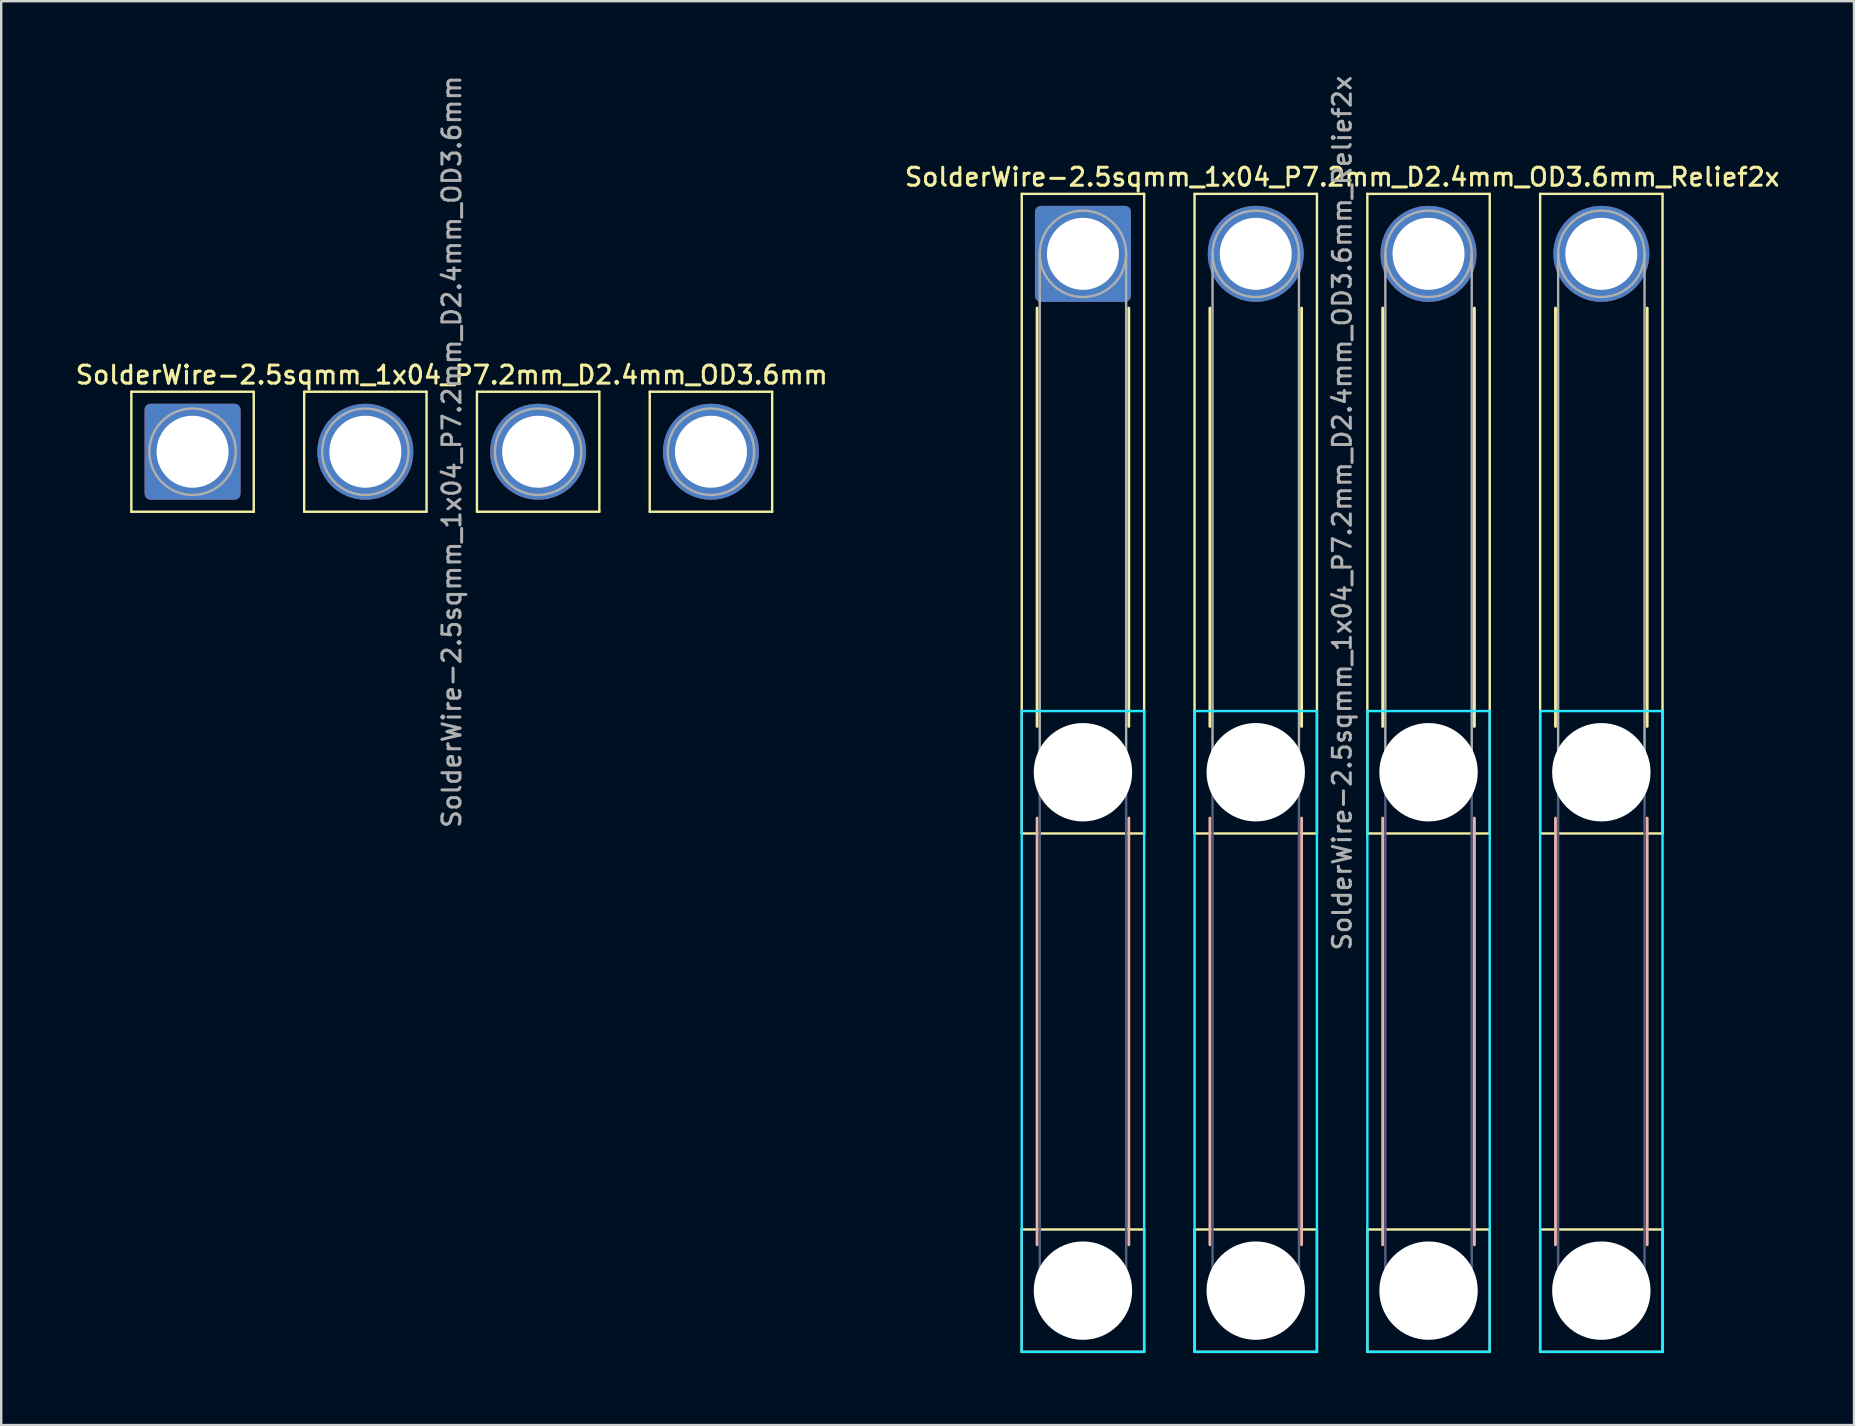
<source format=kicad_pcb>
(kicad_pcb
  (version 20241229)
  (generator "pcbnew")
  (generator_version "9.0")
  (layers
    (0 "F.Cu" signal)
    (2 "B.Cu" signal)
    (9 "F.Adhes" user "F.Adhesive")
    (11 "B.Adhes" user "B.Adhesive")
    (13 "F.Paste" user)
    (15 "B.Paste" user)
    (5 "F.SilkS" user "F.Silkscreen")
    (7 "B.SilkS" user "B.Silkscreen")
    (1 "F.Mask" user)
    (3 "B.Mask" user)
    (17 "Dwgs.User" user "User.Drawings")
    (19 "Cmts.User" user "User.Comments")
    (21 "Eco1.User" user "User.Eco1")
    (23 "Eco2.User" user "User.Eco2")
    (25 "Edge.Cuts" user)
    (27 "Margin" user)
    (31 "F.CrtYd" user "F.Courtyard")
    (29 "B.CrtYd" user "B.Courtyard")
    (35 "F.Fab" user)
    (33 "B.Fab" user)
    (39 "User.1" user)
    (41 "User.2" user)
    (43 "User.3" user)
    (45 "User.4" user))
  (footprint "SolderWire-2.5sqmm_1x04_P7.2mm_D2.4mm_OD3.6mm"
    (layer "F.Cu")
    (at 4.973 15.773)
    (property "Reference" "SolderWire-2.5sqmm_1x04_P7.2mm_D2.4mm_OD3.6mm" (at 10.8 -3.2 0) (layer "F.SilkS") (effects (font (size 0.75 0.75) (thickness 0.125))))
    (attr exclude_from_pos_files exclude_from_bom)
    (fp_line (start -2.55 -2.5) (end -2.55 2.5) (stroke (width 0.1) (type solid)) (layer "F.SilkS"))
    (fp_line (start -2.55 2.5) (end 2.55 2.5) (stroke (width 0.1) (type solid)) (layer "F.SilkS"))
    (fp_line (start 2.55 -2.5) (end -2.55 -2.5) (stroke (width 0.1) (type solid)) (layer "F.SilkS"))
    (fp_line (start 2.55 2.5) (end 2.55 -2.5) (stroke (width 0.1) (type solid)) (layer "F.SilkS"))
    (fp_line (start 4.65 -2.5) (end 4.65 2.5) (stroke (width 0.1) (type solid)) (layer "F.SilkS"))
    (fp_line (start 4.65 2.5) (end 9.75 2.5) (stroke (width 0.1) (type solid)) (layer "F.SilkS"))
    (fp_line (start 9.75 -2.5) (end 4.65 -2.5) (stroke (width 0.1) (type solid)) (layer "F.SilkS"))
    (fp_line (start 9.75 2.5) (end 9.75 -2.5) (stroke (width 0.1) (type solid)) (layer "F.SilkS"))
    (fp_line (start 11.85 -2.5) (end 11.85 2.5) (stroke (width 0.1) (type solid)) (layer "F.SilkS"))
    (fp_line (start 11.85 2.5) (end 16.95 2.5) (stroke (width 0.1) (type solid)) (layer "F.SilkS"))
    (fp_line (start 16.95 -2.5) (end 11.85 -2.5) (stroke (width 0.1) (type solid)) (layer "F.SilkS"))
    (fp_line (start 16.95 2.5) (end 16.95 -2.5) (stroke (width 0.1) (type solid)) (layer "F.SilkS"))
    (fp_line (start 19.05 -2.5) (end 19.05 2.5) (stroke (width 0.1) (type solid)) (layer "F.SilkS"))
    (fp_line (start 19.05 2.5) (end 24.15 2.5) (stroke (width 0.1) (type solid)) (layer "F.SilkS"))
    (fp_line (start 24.15 -2.5) (end 19.05 -2.5) (stroke (width 0.1) (type solid)) (layer "F.SilkS"))
    (fp_line (start 24.15 2.5) (end 24.15 -2.5) (stroke (width 0.1) (type solid)) (layer "F.SilkS"))
    (fp_circle (center 0 0) (end 1.8 0) (stroke (width 0.1) (type solid)) (fill no) (layer "F.Fab"))
    (fp_circle (center 7.2 0) (end 9 0) (stroke (width 0.1) (type solid)) (fill no) (layer "F.Fab"))
    (fp_circle (center 14.4 0) (end 16.2 0) (stroke (width 0.1) (type solid)) (fill no) (layer "F.Fab"))
    (fp_circle (center 21.6 0) (end 23.4 0) (stroke (width 0.1) (type solid)) (fill no) (layer "F.Fab"))
    (fp_text user "${REFERENCE}" (at 10.8 0 90) (layer "F.Fab") (effects (font (size 0.75 0.75) (thickness 0.125))))
    (pad "1" thru_hole roundrect (at 0 0) (size 4 4) (drill 3) (layers "*.Cu" "*.Mask") (roundrect_rratio 0.062))
    (pad "2" thru_hole circle (at 7.2 0) (size 4 4) (drill 3) (layers "*.Cu" "*.Mask"))
    (pad "3" thru_hole circle (at 14.4 0) (size 4 4) (drill 3) (layers "*.Cu" "*.Mask"))
    (pad "4" thru_hole circle (at 21.6 0) (size 4 4) (drill 3) (layers "*.Cu" "*.Mask")))
  (footprint "SolderWire-2.5sqmm_1x04_P7.2mm_D2.4mm_OD3.6mm_Relief2x"
    (layer "F.Cu")
    (at 42.073 7.527)
    (property "Reference" "SolderWire-2.5sqmm_1x04_P7.2mm_D2.4mm_OD3.6mm_Relief2x" (at 10.8 -3.2 0) (layer "F.SilkS") (effects (font (size 0.75 0.75) (thickness 0.125))))
    (attr exclude_from_pos_files exclude_from_bom)
    (fp_line (start -2.55 -2.5) (end -2.55 24.15) (stroke (width 0.1) (type solid)) (layer "F.SilkS"))
    (fp_line (start -2.55 24.15) (end 2.55 24.15) (stroke (width 0.1) (type solid)) (layer "F.SilkS"))
    (fp_line (start -2.55 40.65) (end -2.55 45.75) (stroke (width 0.1) (type solid)) (layer "F.SilkS"))
    (fp_line (start -2.55 45.75) (end 2.55 45.75) (stroke (width 0.1) (type solid)) (layer "F.SilkS"))
    (fp_line (start -1.91 2.26) (end -1.91 19.69) (stroke (width 0.12) (type solid)) (layer "F.SilkS"))
    (fp_line (start 1.91 2.26) (end 1.91 19.69) (stroke (width 0.12) (type solid)) (layer "F.SilkS"))
    (fp_line (start 2.55 -2.5) (end -2.55 -2.5) (stroke (width 0.1) (type solid)) (layer "F.SilkS"))
    (fp_line (start 2.55 24.15) (end 2.55 -2.5) (stroke (width 0.1) (type solid)) (layer "F.SilkS"))
    (fp_line (start 2.55 40.65) (end -2.55 40.65) (stroke (width 0.1) (type solid)) (layer "F.SilkS"))
    (fp_line (start 2.55 45.75) (end 2.55 40.65) (stroke (width 0.1) (type solid)) (layer "F.SilkS"))
    (fp_line (start 4.65 -2.5) (end 4.65 24.15) (stroke (width 0.1) (type solid)) (layer "F.SilkS"))
    (fp_line (start 4.65 24.15) (end 9.75 24.15) (stroke (width 0.1) (type solid)) (layer "F.SilkS"))
    (fp_line (start 4.65 40.65) (end 4.65 45.75) (stroke (width 0.1) (type solid)) (layer "F.SilkS"))
    (fp_line (start 4.65 45.75) (end 9.75 45.75) (stroke (width 0.1) (type solid)) (layer "F.SilkS"))
    (fp_line (start 5.29 2.26) (end 5.29 19.69) (stroke (width 0.12) (type solid)) (layer "F.SilkS"))
    (fp_line (start 9.11 2.26) (end 9.11 19.69) (stroke (width 0.12) (type solid)) (layer "F.SilkS"))
    (fp_line (start 9.75 -2.5) (end 4.65 -2.5) (stroke (width 0.1) (type solid)) (layer "F.SilkS"))
    (fp_line (start 9.75 24.15) (end 9.75 -2.5) (stroke (width 0.1) (type solid)) (layer "F.SilkS"))
    (fp_line (start 9.75 40.65) (end 4.65 40.65) (stroke (width 0.1) (type solid)) (layer "F.SilkS"))
    (fp_line (start 9.75 45.75) (end 9.75 40.65) (stroke (width 0.1) (type solid)) (layer "F.SilkS"))
    (fp_line (start 11.85 -2.5) (end 11.85 24.15) (stroke (width 0.1) (type solid)) (layer "F.SilkS"))
    (fp_line (start 11.85 24.15) (end 16.95 24.15) (stroke (width 0.1) (type solid)) (layer "F.SilkS"))
    (fp_line (start 11.85 40.65) (end 11.85 45.75) (stroke (width 0.1) (type solid)) (layer "F.SilkS"))
    (fp_line (start 11.85 45.75) (end 16.95 45.75) (stroke (width 0.1) (type solid)) (layer "F.SilkS"))
    (fp_line (start 12.49 2.26) (end 12.49 19.69) (stroke (width 0.12) (type solid)) (layer "F.SilkS"))
    (fp_line (start 16.31 2.26) (end 16.31 19.69) (stroke (width 0.12) (type solid)) (layer "F.SilkS"))
    (fp_line (start 16.95 -2.5) (end 11.85 -2.5) (stroke (width 0.1) (type solid)) (layer "F.SilkS"))
    (fp_line (start 16.95 24.15) (end 16.95 -2.5) (stroke (width 0.1) (type solid)) (layer "F.SilkS"))
    (fp_line (start 16.95 40.65) (end 11.85 40.65) (stroke (width 0.1) (type solid)) (layer "F.SilkS"))
    (fp_line (start 16.95 45.75) (end 16.95 40.65) (stroke (width 0.1) (type solid)) (layer "F.SilkS"))
    (fp_line (start 19.05 -2.5) (end 19.05 24.15) (stroke (width 0.1) (type solid)) (layer "F.SilkS"))
    (fp_line (start 19.05 24.15) (end 24.15 24.15) (stroke (width 0.1) (type solid)) (layer "F.SilkS"))
    (fp_line (start 19.05 40.65) (end 19.05 45.75) (stroke (width 0.1) (type solid)) (layer "F.SilkS"))
    (fp_line (start 19.05 45.75) (end 24.15 45.75) (stroke (width 0.1) (type solid)) (layer "F.SilkS"))
    (fp_line (start 19.69 2.26) (end 19.69 19.69) (stroke (width 0.12) (type solid)) (layer "F.SilkS"))
    (fp_line (start 23.51 2.26) (end 23.51 19.69) (stroke (width 0.12) (type solid)) (layer "F.SilkS"))
    (fp_line (start 24.15 -2.5) (end 19.05 -2.5) (stroke (width 0.1) (type solid)) (layer "F.SilkS"))
    (fp_line (start 24.15 24.15) (end 24.15 -2.5) (stroke (width 0.1) (type solid)) (layer "F.SilkS"))
    (fp_line (start 24.15 40.65) (end 19.05 40.65) (stroke (width 0.1) (type solid)) (layer "F.SilkS"))
    (fp_line (start 24.15 45.75) (end 24.15 40.65) (stroke (width 0.1) (type solid)) (layer "F.SilkS"))
    (fp_line (start -1.91 23.51) (end -1.91 41.29) (stroke (width 0.12) (type solid)) (layer "B.SilkS"))
    (fp_line (start 1.91 23.51) (end 1.91 41.29) (stroke (width 0.12) (type solid)) (layer "B.SilkS"))
    (fp_line (start 5.29 23.51) (end 5.29 41.29) (stroke (width 0.12) (type solid)) (layer "B.SilkS"))
    (fp_line (start 9.11 23.51) (end 9.11 41.29) (stroke (width 0.12) (type solid)) (layer "B.SilkS"))
    (fp_line (start 12.49 23.51) (end 12.49 41.29) (stroke (width 0.12) (type solid)) (layer "B.SilkS"))
    (fp_line (start 16.31 23.51) (end 16.31 41.29) (stroke (width 0.12) (type solid)) (layer "B.SilkS"))
    (fp_line (start 19.69 23.51) (end 19.69 41.29) (stroke (width 0.12) (type solid)) (layer "B.SilkS"))
    (fp_line (start 23.51 23.51) (end 23.51 41.29) (stroke (width 0.12) (type solid)) (layer "B.SilkS"))
    (fp_line (start -2.55 19.05) (end -2.55 45.75) (stroke (width 0.1) (type solid)) (layer "B.CrtYd"))
    (fp_line (start -2.55 45.75) (end 2.55 45.75) (stroke (width 0.1) (type solid)) (layer "B.CrtYd"))
    (fp_line (start 2.55 19.05) (end -2.55 19.05) (stroke (width 0.1) (type solid)) (layer "B.CrtYd"))
    (fp_line (start 2.55 45.75) (end 2.55 19.05) (stroke (width 0.1) (type solid)) (layer "B.CrtYd"))
    (fp_line (start 4.65 19.05) (end 4.65 45.75) (stroke (width 0.1) (type solid)) (layer "B.CrtYd"))
    (fp_line (start 4.65 45.75) (end 9.75 45.75) (stroke (width 0.1) (type solid)) (layer "B.CrtYd"))
    (fp_line (start 9.75 19.05) (end 4.65 19.05) (stroke (width 0.1) (type solid)) (layer "B.CrtYd"))
    (fp_line (start 9.75 45.75) (end 9.75 19.05) (stroke (width 0.1) (type solid)) (layer "B.CrtYd"))
    (fp_line (start 11.85 19.05) (end 11.85 45.75) (stroke (width 0.1) (type solid)) (layer "B.CrtYd"))
    (fp_line (start 11.85 45.75) (end 16.95 45.75) (stroke (width 0.1) (type solid)) (layer "B.CrtYd"))
    (fp_line (start 16.95 19.05) (end 11.85 19.05) (stroke (width 0.1) (type solid)) (layer "B.CrtYd"))
    (fp_line (start 16.95 45.75) (end 16.95 19.05) (stroke (width 0.1) (type solid)) (layer "B.CrtYd"))
    (fp_line (start 19.05 19.05) (end 19.05 45.75) (stroke (width 0.1) (type solid)) (layer "B.CrtYd"))
    (fp_line (start 19.05 45.75) (end 24.15 45.75) (stroke (width 0.1) (type solid)) (layer "B.CrtYd"))
    (fp_line (start 24.15 19.05) (end 19.05 19.05) (stroke (width 0.1) (type solid)) (layer "B.CrtYd"))
    (fp_line (start 24.15 45.75) (end 24.15 19.05) (stroke (width 0.1) (type solid)) (layer "B.CrtYd"))
    (fp_line (start -1.8 21.6) (end -1.8 43.2) (stroke (width 0.1) (type solid)) (layer "B.Fab"))
    (fp_line (start 1.8 21.6) (end 1.8 43.2) (stroke (width 0.1) (type solid)) (layer "B.Fab"))
    (fp_line (start 5.4 21.6) (end 5.4 43.2) (stroke (width 0.1) (type solid)) (layer "B.Fab"))
    (fp_line (start 9 21.6) (end 9 43.2) (stroke (width 0.1) (type solid)) (layer "B.Fab"))
    (fp_line (start 12.6 21.6) (end 12.6 43.2) (stroke (width 0.1) (type solid)) (layer "B.Fab"))
    (fp_line (start 16.2 21.6) (end 16.2 43.2) (stroke (width 0.1) (type solid)) (layer "B.Fab"))
    (fp_line (start 19.8 21.6) (end 19.8 43.2) (stroke (width 0.1) (type solid)) (layer "B.Fab"))
    (fp_line (start 23.4 21.6) (end 23.4 43.2) (stroke (width 0.1) (type solid)) (layer "B.Fab"))
    (fp_circle (center 0 21.6) (end 1.8 21.6) (stroke (width 0.1) (type solid)) (fill no) (layer "B.Fab"))
    (fp_circle (center 0 43.2) (end 1.8 43.2) (stroke (width 0.1) (type solid)) (fill no) (layer "B.Fab"))
    (fp_circle (center 7.2 21.6) (end 9 21.6) (stroke (width 0.1) (type solid)) (fill no) (layer "B.Fab"))
    (fp_circle (center 7.2 43.2) (end 9 43.2) (stroke (width 0.1) (type solid)) (fill no) (layer "B.Fab"))
    (fp_circle (center 14.4 21.6) (end 16.2 21.6) (stroke (width 0.1) (type solid)) (fill no) (layer "B.Fab"))
    (fp_circle (center 14.4 43.2) (end 16.2 43.2) (stroke (width 0.1) (type solid)) (fill no) (layer "B.Fab"))
    (fp_circle (center 21.6 21.6) (end 23.4 21.6) (stroke (width 0.1) (type solid)) (fill no) (layer "B.Fab"))
    (fp_circle (center 21.6 43.2) (end 23.4 43.2) (stroke (width 0.1) (type solid)) (fill no) (layer "B.Fab"))
    (fp_line (start -1.8 0) (end -1.8 21.6) (stroke (width 0.1) (type solid)) (layer "F.Fab"))
    (fp_line (start 1.8 0) (end 1.8 21.6) (stroke (width 0.1) (type solid)) (layer "F.Fab"))
    (fp_line (start 5.4 0) (end 5.4 21.6) (stroke (width 0.1) (type solid)) (layer "F.Fab"))
    (fp_line (start 9 0) (end 9 21.6) (stroke (width 0.1) (type solid)) (layer "F.Fab"))
    (fp_line (start 12.6 0) (end 12.6 21.6) (stroke (width 0.1) (type solid)) (layer "F.Fab"))
    (fp_line (start 16.2 0) (end 16.2 21.6) (stroke (width 0.1) (type solid)) (layer "F.Fab"))
    (fp_line (start 19.8 0) (end 19.8 21.6) (stroke (width 0.1) (type solid)) (layer "F.Fab"))
    (fp_line (start 23.4 0) (end 23.4 21.6) (stroke (width 0.1) (type solid)) (layer "F.Fab"))
    (fp_circle (center 0 0) (end 1.8 0) (stroke (width 0.1) (type solid)) (fill no) (layer "F.Fab"))
    (fp_circle (center 0 21.6) (end 1.8 21.6) (stroke (width 0.1) (type solid)) (fill no) (layer "F.Fab"))
    (fp_circle (center 0 43.2) (end 1.8 43.2) (stroke (width 0.1) (type solid)) (fill no) (layer "F.Fab"))
    (fp_circle (center 7.2 0) (end 9 0) (stroke (width 0.1) (type solid)) (fill no) (layer "F.Fab"))
    (fp_circle (center 7.2 21.6) (end 9 21.6) (stroke (width 0.1) (type solid)) (fill no) (layer "F.Fab"))
    (fp_circle (center 7.2 43.2) (end 9 43.2) (stroke (width 0.1) (type solid)) (fill no) (layer "F.Fab"))
    (fp_circle (center 14.4 0) (end 16.2 0) (stroke (width 0.1) (type solid)) (fill no) (layer "F.Fab"))
    (fp_circle (center 14.4 21.6) (end 16.2 21.6) (stroke (width 0.1) (type solid)) (fill no) (layer "F.Fab"))
    (fp_circle (center 14.4 43.2) (end 16.2 43.2) (stroke (width 0.1) (type solid)) (fill no) (layer "F.Fab"))
    (fp_circle (center 21.6 0) (end 23.4 0) (stroke (width 0.1) (type solid)) (fill no) (layer "F.Fab"))
    (fp_circle (center 21.6 21.6) (end 23.4 21.6) (stroke (width 0.1) (type solid)) (fill no) (layer "F.Fab"))
    (fp_circle (center 21.6 43.2) (end 23.4 43.2) (stroke (width 0.1) (type solid)) (fill no) (layer "F.Fab"))
    (fp_text user "${REFERENCE}" (at 10.8 10.8 90) (layer "F.Fab") (effects (font (size 0.75 0.75) (thickness 0.125))))
    (pad "" np_thru_hole circle (at 0 21.6) (size 4.1 4.1) (drill 4.1) (layers "*.Cu" "*.Mask"))
    (pad "" np_thru_hole circle (at 0 43.2) (size 4.1 4.1) (drill 4.1) (layers "*.Cu" "*.Mask"))
    (pad "" np_thru_hole circle (at 7.2 21.6) (size 4.1 4.1) (drill 4.1) (layers "*.Cu" "*.Mask"))
    (pad "" np_thru_hole circle (at 7.2 43.2) (size 4.1 4.1) (drill 4.1) (layers "*.Cu" "*.Mask"))
    (pad "" np_thru_hole circle (at 14.4 21.6) (size 4.1 4.1) (drill 4.1) (layers "*.Cu" "*.Mask"))
    (pad "" np_thru_hole circle (at 14.4 43.2) (size 4.1 4.1) (drill 4.1) (layers "*.Cu" "*.Mask"))
    (pad "" np_thru_hole circle (at 21.6 21.6) (size 4.1 4.1) (drill 4.1) (layers "*.Cu" "*.Mask"))
    (pad "" np_thru_hole circle (at 21.6 43.2) (size 4.1 4.1) (drill 4.1) (layers "*.Cu" "*.Mask"))
    (pad "1" thru_hole roundrect (at 0 0) (size 4 4) (drill 3) (layers "*.Cu" "*.Mask") (roundrect_rratio 0.062))
    (pad "2" thru_hole circle (at 7.2 0) (size 4 4) (drill 3) (layers "*.Cu" "*.Mask"))
    (pad "3" thru_hole circle (at 14.4 0) (size 4 4) (drill 3) (layers "*.Cu" "*.Mask"))
    (pad "4" thru_hole circle (at 21.6 0) (size 4 4) (drill 3) (layers "*.Cu" "*.Mask")))
  (gr_rect
    (start -3 -3)
    (end 74.2 56.327)
    (stroke (width 0.1) (type default))
    (fill no)
    (layer "Edge.Cuts")))
</source>
